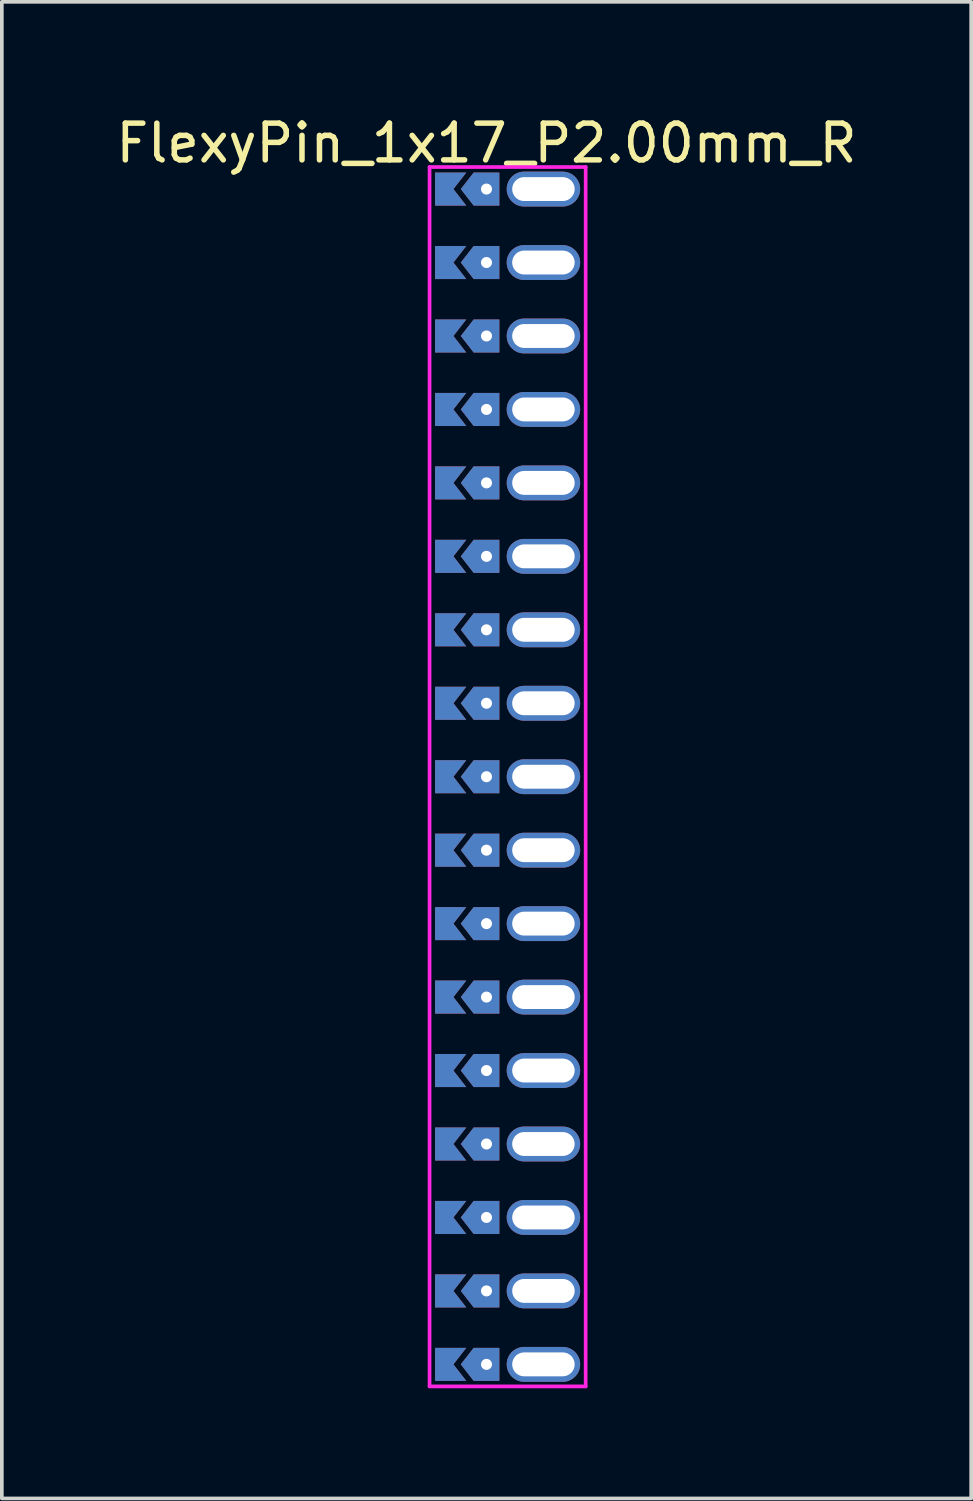
<source format=kicad_pcb>
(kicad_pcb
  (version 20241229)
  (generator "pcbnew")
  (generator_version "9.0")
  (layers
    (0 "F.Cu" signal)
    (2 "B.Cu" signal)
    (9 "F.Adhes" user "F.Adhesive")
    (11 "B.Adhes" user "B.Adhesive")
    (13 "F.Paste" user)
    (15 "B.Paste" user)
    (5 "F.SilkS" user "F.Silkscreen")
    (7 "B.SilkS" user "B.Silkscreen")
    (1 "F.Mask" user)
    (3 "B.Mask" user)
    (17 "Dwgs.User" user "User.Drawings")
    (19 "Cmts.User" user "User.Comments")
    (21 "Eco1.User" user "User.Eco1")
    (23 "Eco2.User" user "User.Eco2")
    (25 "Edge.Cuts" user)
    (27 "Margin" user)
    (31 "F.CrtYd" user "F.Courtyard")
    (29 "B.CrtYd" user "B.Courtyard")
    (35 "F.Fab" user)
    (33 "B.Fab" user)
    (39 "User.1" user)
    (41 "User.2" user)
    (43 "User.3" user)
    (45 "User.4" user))
  (footprint "FlexyPin_1x17_P2.00mm_R"
    (layer "F.Cu")
    (at 10.196 2.098)
    (property "Reference" "FlexyPin_1x17_P2.00mm_R" (at 0 -1.25 0) (layer "F.SilkS") (effects (font (size 1 1) (thickness 0.15))))
    (attr through_hole)
    (fp_line (start -1.55 -0.6) (end 2.7 -0.6) (stroke (width 0.1) (type solid)) (layer "F.CrtYd"))
    (fp_line (start -1.55 32.6) (end -1.55 -0.6) (stroke (width 0.1) (type solid)) (layer "F.CrtYd"))
    (fp_line (start 2.7 -0.6) (end 2.7 32.6) (stroke (width 0.1) (type solid)) (layer "F.CrtYd"))
    (fp_line (start 2.7 32.6) (end -1.55 32.6) (stroke (width 0.1) (type solid)) (layer "F.CrtYd"))
    (pad "" thru_hole custom (at 0 0) (size 0.3 0.3) (drill 0.6) (layers "*.Cu" "*.Mask") (options (anchor rect)) (primitives (gr_poly (pts (xy 0.35 0.45) (xy 0.35 -0.45) (xy -0.35 -0.45) (xy -0.7 0) (xy -0.35 0.45)) (width 0) (fill yes))))
    (pad "" thru_hole custom (at 0 2) (size 0.3 0.3) (drill 0.6) (layers "*.Cu" "*.Mask") (options (anchor rect)) (primitives (gr_poly (pts (xy 0.35 0.45) (xy 0.35 -0.45) (xy -0.35 -0.45) (xy -0.7 0) (xy -0.35 0.45)) (width 0) (fill yes))))
    (pad "" thru_hole custom (at 0 4) (size 0.3 0.3) (drill 0.6) (layers "*.Cu" "*.Mask") (options (anchor rect)) (primitives (gr_poly (pts (xy 0.35 0.45) (xy 0.35 -0.45) (xy -0.35 -0.45) (xy -0.7 0) (xy -0.35 0.45)) (width 0) (fill yes))))
    (pad "" thru_hole custom (at 0 6) (size 0.3 0.3) (drill 0.6) (layers "*.Cu" "*.Mask") (options (anchor rect)) (primitives (gr_poly (pts (xy 0.35 0.45) (xy 0.35 -0.45) (xy -0.35 -0.45) (xy -0.7 0) (xy -0.35 0.45)) (width 0) (fill yes))))
    (pad "" thru_hole custom (at 0 8) (size 0.3 0.3) (drill 0.6) (layers "*.Cu" "*.Mask") (options (anchor rect)) (primitives (gr_poly (pts (xy 0.35 0.45) (xy 0.35 -0.45) (xy -0.35 -0.45) (xy -0.7 0) (xy -0.35 0.45)) (width 0) (fill yes))))
    (pad "" thru_hole custom (at 0 10) (size 0.3 0.3) (drill 0.6) (layers "*.Cu" "*.Mask") (options (anchor rect)) (primitives (gr_poly (pts (xy 0.35 0.45) (xy 0.35 -0.45) (xy -0.35 -0.45) (xy -0.7 0) (xy -0.35 0.45)) (width 0) (fill yes))))
    (pad "" thru_hole custom (at 0 12) (size 0.3 0.3) (drill 0.6) (layers "*.Cu" "*.Mask") (options (anchor rect)) (primitives (gr_poly (pts (xy 0.35 0.45) (xy 0.35 -0.45) (xy -0.35 -0.45) (xy -0.7 0) (xy -0.35 0.45)) (width 0) (fill yes))))
    (pad "" thru_hole custom (at 0 14) (size 0.3 0.3) (drill 0.6) (layers "*.Cu" "*.Mask") (options (anchor rect)) (primitives (gr_poly (pts (xy 0.35 0.45) (xy 0.35 -0.45) (xy -0.35 -0.45) (xy -0.7 0) (xy -0.35 0.45)) (width 0) (fill yes))))
    (pad "" thru_hole custom (at 0 16) (size 0.3 0.3) (drill 0.6) (layers "*.Cu" "*.Mask") (options (anchor rect)) (primitives (gr_poly (pts (xy 0.35 0.45) (xy 0.35 -0.45) (xy -0.35 -0.45) (xy -0.7 0) (xy -0.35 0.45)) (width 0) (fill yes))))
    (pad "" thru_hole custom (at 0 18) (size 0.3 0.3) (drill 0.6) (layers "*.Cu" "*.Mask") (options (anchor rect)) (primitives (gr_poly (pts (xy 0.35 0.45) (xy 0.35 -0.45) (xy -0.35 -0.45) (xy -0.7 0) (xy -0.35 0.45)) (width 0) (fill yes))))
    (pad "" thru_hole custom (at 0 20) (size 0.3 0.3) (drill 0.6) (layers "*.Cu" "*.Mask") (options (anchor rect)) (primitives (gr_poly (pts (xy 0.35 0.45) (xy 0.35 -0.45) (xy -0.35 -0.45) (xy -0.7 0) (xy -0.35 0.45)) (width 0) (fill yes))))
    (pad "" thru_hole custom (at 0 22) (size 0.3 0.3) (drill 0.6) (layers "*.Cu" "*.Mask") (options (anchor rect)) (primitives (gr_poly (pts (xy 0.35 0.45) (xy 0.35 -0.45) (xy -0.35 -0.45) (xy -0.7 0) (xy -0.35 0.45)) (width 0) (fill yes))))
    (pad "" thru_hole custom (at 0 24) (size 0.3 0.3) (drill 0.6) (layers "*.Cu" "*.Mask") (options (anchor rect)) (primitives (gr_poly (pts (xy 0.35 0.45) (xy 0.35 -0.45) (xy -0.35 -0.45) (xy -0.7 0) (xy -0.35 0.45)) (width 0) (fill yes))))
    (pad "" thru_hole custom (at 0 26) (size 0.3 0.3) (drill 0.6) (layers "*.Cu" "*.Mask") (options (anchor rect)) (primitives (gr_poly (pts (xy 0.35 0.45) (xy 0.35 -0.45) (xy -0.35 -0.45) (xy -0.7 0) (xy -0.35 0.45)) (width 0) (fill yes))))
    (pad "" thru_hole custom (at 0 28) (size 0.3 0.3) (drill 0.6) (layers "*.Cu" "*.Mask") (options (anchor rect)) (primitives (gr_poly (pts (xy 0.35 0.45) (xy 0.35 -0.45) (xy -0.35 -0.45) (xy -0.7 0) (xy -0.35 0.45)) (width 0) (fill yes))))
    (pad "" thru_hole custom (at 0 30) (size 0.3 0.3) (drill 0.6) (layers "*.Cu" "*.Mask") (options (anchor rect)) (primitives (gr_poly (pts (xy 0.35 0.45) (xy 0.35 -0.45) (xy -0.35 -0.45) (xy -0.7 0) (xy -0.35 0.45)) (width 0) (fill yes))))
    (pad "" thru_hole custom (at 0 32) (size 0.3 0.3) (drill 0.6) (layers "*.Cu" "*.Mask") (options (anchor rect)) (primitives (gr_poly (pts (xy 0.35 0.45) (xy 0.35 -0.45) (xy -0.35 -0.45) (xy -0.7 0) (xy -0.35 0.45)) (width 0) (fill yes))))
    (pad "" thru_hole oval (at 1.55 0) (size 2 0.95) (drill oval 1.7 0.65) (layers "*.Cu" "*.Mask"))
    (pad "" thru_hole oval (at 1.55 2) (size 2 0.95) (drill oval 1.7 0.65) (layers "*.Cu" "*.Mask"))
    (pad "" thru_hole oval (at 1.55 4) (size 2 0.95) (drill oval 1.7 0.65) (layers "*.Cu" "*.Mask"))
    (pad "" thru_hole oval (at 1.55 6) (size 2 0.95) (drill oval 1.7 0.65) (layers "*.Cu" "*.Mask"))
    (pad "" thru_hole oval (at 1.55 8) (size 2 0.95) (drill oval 1.7 0.65) (layers "*.Cu" "*.Mask"))
    (pad "" thru_hole oval (at 1.55 10) (size 2 0.95) (drill oval 1.7 0.65) (layers "*.Cu" "*.Mask"))
    (pad "" thru_hole oval (at 1.55 12) (size 2 0.95) (drill oval 1.7 0.65) (layers "*.Cu" "*.Mask"))
    (pad "" thru_hole oval (at 1.55 14) (size 2 0.95) (drill oval 1.7 0.65) (layers "*.Cu" "*.Mask"))
    (pad "" thru_hole oval (at 1.55 16) (size 2 0.95) (drill oval 1.7 0.65) (layers "*.Cu" "*.Mask"))
    (pad "" thru_hole oval (at 1.55 18) (size 2 0.95) (drill oval 1.7 0.65) (layers "*.Cu" "*.Mask"))
    (pad "" thru_hole oval (at 1.55 20) (size 2 0.95) (drill oval 1.7 0.65) (layers "*.Cu" "*.Mask"))
    (pad "" thru_hole oval (at 1.55 22) (size 2 0.95) (drill oval 1.7 0.65) (layers "*.Cu" "*.Mask"))
    (pad "" thru_hole oval (at 1.55 24) (size 2 0.95) (drill oval 1.7 0.65) (layers "*.Cu" "*.Mask"))
    (pad "" thru_hole oval (at 1.55 26) (size 2 0.95) (drill oval 1.7 0.65) (layers "*.Cu" "*.Mask"))
    (pad "" thru_hole oval (at 1.55 28) (size 2 0.95) (drill oval 1.7 0.65) (layers "*.Cu" "*.Mask"))
    (pad "" thru_hole oval (at 1.55 30) (size 2 0.95) (drill oval 1.7 0.65) (layers "*.Cu" "*.Mask"))
    (pad "" thru_hole oval (at 1.55 32) (size 2 0.95) (drill oval 1.7 0.65) (layers "*.Cu" "*.Mask"))
    (pad "1" smd custom (at -0.9 0) (size 0.01 0.01) (layers "F.Cu" "F.Mask") (options (anchor rect)) (primitives (gr_poly (pts (xy 0 0) (xy 0.35 0.45) (xy -0.5 0.45) (xy -0.5 -0.45) (xy 0.35 -0.45)) (width 0) (fill yes))))
    (pad "2" smd custom (at -0.9 2) (size 0.01 0.01) (layers "F.Cu" "F.Mask") (options (anchor rect)) (primitives (gr_poly (pts (xy 0 0) (xy 0.35 0.45) (xy -0.5 0.45) (xy -0.5 -0.45) (xy 0.35 -0.45)) (width 0) (fill yes))))
    (pad "3" smd custom (at -0.9 4) (size 0.01 0.01) (layers "F.Cu" "F.Mask") (options (anchor rect)) (primitives (gr_poly (pts (xy 0 0) (xy 0.35 0.45) (xy -0.5 0.45) (xy -0.5 -0.45) (xy 0.35 -0.45)) (width 0) (fill yes))))
    (pad "4" smd custom (at -0.9 6) (size 0.01 0.01) (layers "F.Cu" "F.Mask") (options (anchor rect)) (primitives (gr_poly (pts (xy 0 0) (xy 0.35 0.45) (xy -0.5 0.45) (xy -0.5 -0.45) (xy 0.35 -0.45)) (width 0) (fill yes))))
    (pad "5" smd custom (at -0.9 8) (size 0.01 0.01) (layers "F.Cu" "F.Mask") (options (anchor rect)) (primitives (gr_poly (pts (xy 0 0) (xy 0.35 0.45) (xy -0.5 0.45) (xy -0.5 -0.45) (xy 0.35 -0.45)) (width 0) (fill yes))))
    (pad "6" smd custom (at -0.9 10) (size 0.01 0.01) (layers "F.Cu" "F.Mask") (options (anchor rect)) (primitives (gr_poly (pts (xy 0 0) (xy 0.35 0.45) (xy -0.5 0.45) (xy -0.5 -0.45) (xy 0.35 -0.45)) (width 0) (fill yes))))
    (pad "7" smd custom (at -0.9 12) (size 0.01 0.01) (layers "F.Cu" "F.Mask") (options (anchor rect)) (primitives (gr_poly (pts (xy 0 0) (xy 0.35 0.45) (xy -0.5 0.45) (xy -0.5 -0.45) (xy 0.35 -0.45)) (width 0) (fill yes))))
    (pad "8" smd custom (at -0.9 14) (size 0.01 0.01) (layers "F.Cu" "F.Mask") (options (anchor rect)) (primitives (gr_poly (pts (xy 0 0) (xy 0.35 0.45) (xy -0.5 0.45) (xy -0.5 -0.45) (xy 0.35 -0.45)) (width 0) (fill yes))))
    (pad "9" smd custom (at -0.9 16) (size 0.01 0.01) (layers "F.Cu" "F.Mask") (options (anchor rect)) (primitives (gr_poly (pts (xy 0 0) (xy 0.35 0.45) (xy -0.5 0.45) (xy -0.5 -0.45) (xy 0.35 -0.45)) (width 0) (fill yes))))
    (pad "10" smd custom (at -0.9 18) (size 0.01 0.01) (layers "F.Cu" "F.Mask") (options (anchor rect)) (primitives (gr_poly (pts (xy 0 0) (xy 0.35 0.45) (xy -0.5 0.45) (xy -0.5 -0.45) (xy 0.35 -0.45)) (width 0) (fill yes))))
    (pad "11" smd custom (at -0.9 20) (size 0.01 0.01) (layers "F.Cu" "F.Mask") (options (anchor rect)) (primitives (gr_poly (pts (xy 0 0) (xy 0.35 0.45) (xy -0.5 0.45) (xy -0.5 -0.45) (xy 0.35 -0.45)) (width 0) (fill yes))))
    (pad "12" smd custom (at -0.9 22) (size 0.01 0.01) (layers "F.Cu" "F.Mask") (options (anchor rect)) (primitives (gr_poly (pts (xy 0 0) (xy 0.35 0.45) (xy -0.5 0.45) (xy -0.5 -0.45) (xy 0.35 -0.45)) (width 0) (fill yes))))
    (pad "13" smd custom (at -0.9 24) (size 0.01 0.01) (layers "F.Cu" "F.Mask") (options (anchor rect)) (primitives (gr_poly (pts (xy 0 0) (xy 0.35 0.45) (xy -0.5 0.45) (xy -0.5 -0.45) (xy 0.35 -0.45)) (width 0) (fill yes))))
    (pad "14" smd custom (at -0.9 26) (size 0.01 0.01) (layers "F.Cu" "F.Mask") (options (anchor rect)) (primitives (gr_poly (pts (xy 0 0) (xy 0.35 0.45) (xy -0.5 0.45) (xy -0.5 -0.45) (xy 0.35 -0.45)) (width 0) (fill yes))))
    (pad "15" smd custom (at -0.9 28) (size 0.01 0.01) (layers "F.Cu" "F.Mask") (options (anchor rect)) (primitives (gr_poly (pts (xy 0 0) (xy 0.35 0.45) (xy -0.5 0.45) (xy -0.5 -0.45) (xy 0.35 -0.45)) (width 0) (fill yes))))
    (pad "16" smd custom (at -0.9 30) (size 0.01 0.01) (layers "F.Cu" "F.Mask") (options (anchor rect)) (primitives (gr_poly (pts (xy 0 0) (xy 0.35 0.45) (xy -0.5 0.45) (xy -0.5 -0.45) (xy 0.35 -0.45)) (width 0) (fill yes))))
    (pad "17" smd custom (at -0.9 32) (size 0.01 0.01) (layers "F.Cu" "F.Mask") (options (anchor rect)) (primitives (gr_poly (pts (xy 0 0) (xy 0.35 0.45) (xy -0.5 0.45) (xy -0.5 -0.45) (xy 0.35 -0.45)) (width 0) (fill yes))))
    (pad "18" smd custom (at -0.9 0) (size 0.01 0.01) (layers "B.Cu" "B.Mask") (options (anchor rect)) (primitives (gr_poly (pts (xy 0 0) (xy 0.35 0.45) (xy -0.5 0.45) (xy -0.5 -0.45) (xy 0.35 -0.45)) (width 0) (fill yes))))
    (pad "19" smd custom (at -0.9 2) (size 0.01 0.01) (layers "B.Cu" "B.Mask") (options (anchor rect)) (primitives (gr_poly (pts (xy 0 0) (xy 0.35 0.45) (xy -0.5 0.45) (xy -0.5 -0.45) (xy 0.35 -0.45)) (width 0) (fill yes))))
    (pad "20" smd custom (at -0.9 4) (size 0.01 0.01) (layers "B.Cu" "B.Mask") (options (anchor rect)) (primitives (gr_poly (pts (xy 0 0) (xy 0.35 0.45) (xy -0.5 0.45) (xy -0.5 -0.45) (xy 0.35 -0.45)) (width 0) (fill yes))))
    (pad "21" smd custom (at -0.9 6) (size 0.01 0.01) (layers "B.Cu" "B.Mask") (options (anchor rect)) (primitives (gr_poly (pts (xy 0 0) (xy 0.35 0.45) (xy -0.5 0.45) (xy -0.5 -0.45) (xy 0.35 -0.45)) (width 0) (fill yes))))
    (pad "22" smd custom (at -0.9 8) (size 0.01 0.01) (layers "B.Cu" "B.Mask") (options (anchor rect)) (primitives (gr_poly (pts (xy 0 0) (xy 0.35 0.45) (xy -0.5 0.45) (xy -0.5 -0.45) (xy 0.35 -0.45)) (width 0) (fill yes))))
    (pad "23" smd custom (at -0.9 10) (size 0.01 0.01) (layers "B.Cu" "B.Mask") (options (anchor rect)) (primitives (gr_poly (pts (xy 0 0) (xy 0.35 0.45) (xy -0.5 0.45) (xy -0.5 -0.45) (xy 0.35 -0.45)) (width 0) (fill yes))))
    (pad "24" smd custom (at -0.9 12) (size 0.01 0.01) (layers "B.Cu" "B.Mask") (options (anchor rect)) (primitives (gr_poly (pts (xy 0 0) (xy 0.35 0.45) (xy -0.5 0.45) (xy -0.5 -0.45) (xy 0.35 -0.45)) (width 0) (fill yes))))
    (pad "25" smd custom (at -0.9 14) (size 0.01 0.01) (layers "B.Cu" "B.Mask") (options (anchor rect)) (primitives (gr_poly (pts (xy 0 0) (xy 0.35 0.45) (xy -0.5 0.45) (xy -0.5 -0.45) (xy 0.35 -0.45)) (width 0) (fill yes))))
    (pad "26" smd custom (at -0.9 16) (size 0.01 0.01) (layers "B.Cu" "B.Mask") (options (anchor rect)) (primitives (gr_poly (pts (xy 0 0) (xy 0.35 0.45) (xy -0.5 0.45) (xy -0.5 -0.45) (xy 0.35 -0.45)) (width 0) (fill yes))))
    (pad "27" smd custom (at -0.9 18) (size 0.01 0.01) (layers "B.Cu" "B.Mask") (options (anchor rect)) (primitives (gr_poly (pts (xy 0 0) (xy 0.35 0.45) (xy -0.5 0.45) (xy -0.5 -0.45) (xy 0.35 -0.45)) (width 0) (fill yes))))
    (pad "28" smd custom (at -0.9 20) (size 0.01 0.01) (layers "B.Cu" "B.Mask") (options (anchor rect)) (primitives (gr_poly (pts (xy 0 0) (xy 0.35 0.45) (xy -0.5 0.45) (xy -0.5 -0.45) (xy 0.35 -0.45)) (width 0) (fill yes))))
    (pad "29" smd custom (at -0.9 22) (size 0.01 0.01) (layers "B.Cu" "B.Mask") (options (anchor rect)) (primitives (gr_poly (pts (xy 0 0) (xy 0.35 0.45) (xy -0.5 0.45) (xy -0.5 -0.45) (xy 0.35 -0.45)) (width 0) (fill yes))))
    (pad "30" smd custom (at -0.9 24) (size 0.01 0.01) (layers "B.Cu" "B.Mask") (options (anchor rect)) (primitives (gr_poly (pts (xy 0 0) (xy 0.35 0.45) (xy -0.5 0.45) (xy -0.5 -0.45) (xy 0.35 -0.45)) (width 0) (fill yes))))
    (pad "31" smd custom (at -0.9 26) (size 0.01 0.01) (layers "B.Cu" "B.Mask") (options (anchor rect)) (primitives (gr_poly (pts (xy 0 0) (xy 0.35 0.45) (xy -0.5 0.45) (xy -0.5 -0.45) (xy 0.35 -0.45)) (width 0) (fill yes))))
    (pad "32" smd custom (at -0.9 28) (size 0.01 0.01) (layers "B.Cu" "B.Mask") (options (anchor rect)) (primitives (gr_poly (pts (xy 0 0) (xy 0.35 0.45) (xy -0.5 0.45) (xy -0.5 -0.45) (xy 0.35 -0.45)) (width 0) (fill yes))))
    (pad "33" smd custom (at -0.9 30) (size 0.01 0.01) (layers "B.Cu" "B.Mask") (options (anchor rect)) (primitives (gr_poly (pts (xy 0 0) (xy 0.35 0.45) (xy -0.5 0.45) (xy -0.5 -0.45) (xy 0.35 -0.45)) (width 0) (fill yes))))
    (pad "34" smd custom (at -0.9 32) (size 0.01 0.01) (layers "B.Cu" "B.Mask") (options (anchor rect)) (primitives (gr_poly (pts (xy 0 0) (xy 0.35 0.45) (xy -0.5 0.45) (xy -0.5 -0.45) (xy 0.35 -0.45)) (width 0) (fill yes)))))
  (gr_rect
    (start -3 -3)
    (end 23.393 37.748)
    (stroke (width 0.1) (type default))
    (fill no)
    (layer "Edge.Cuts")))
</source>
